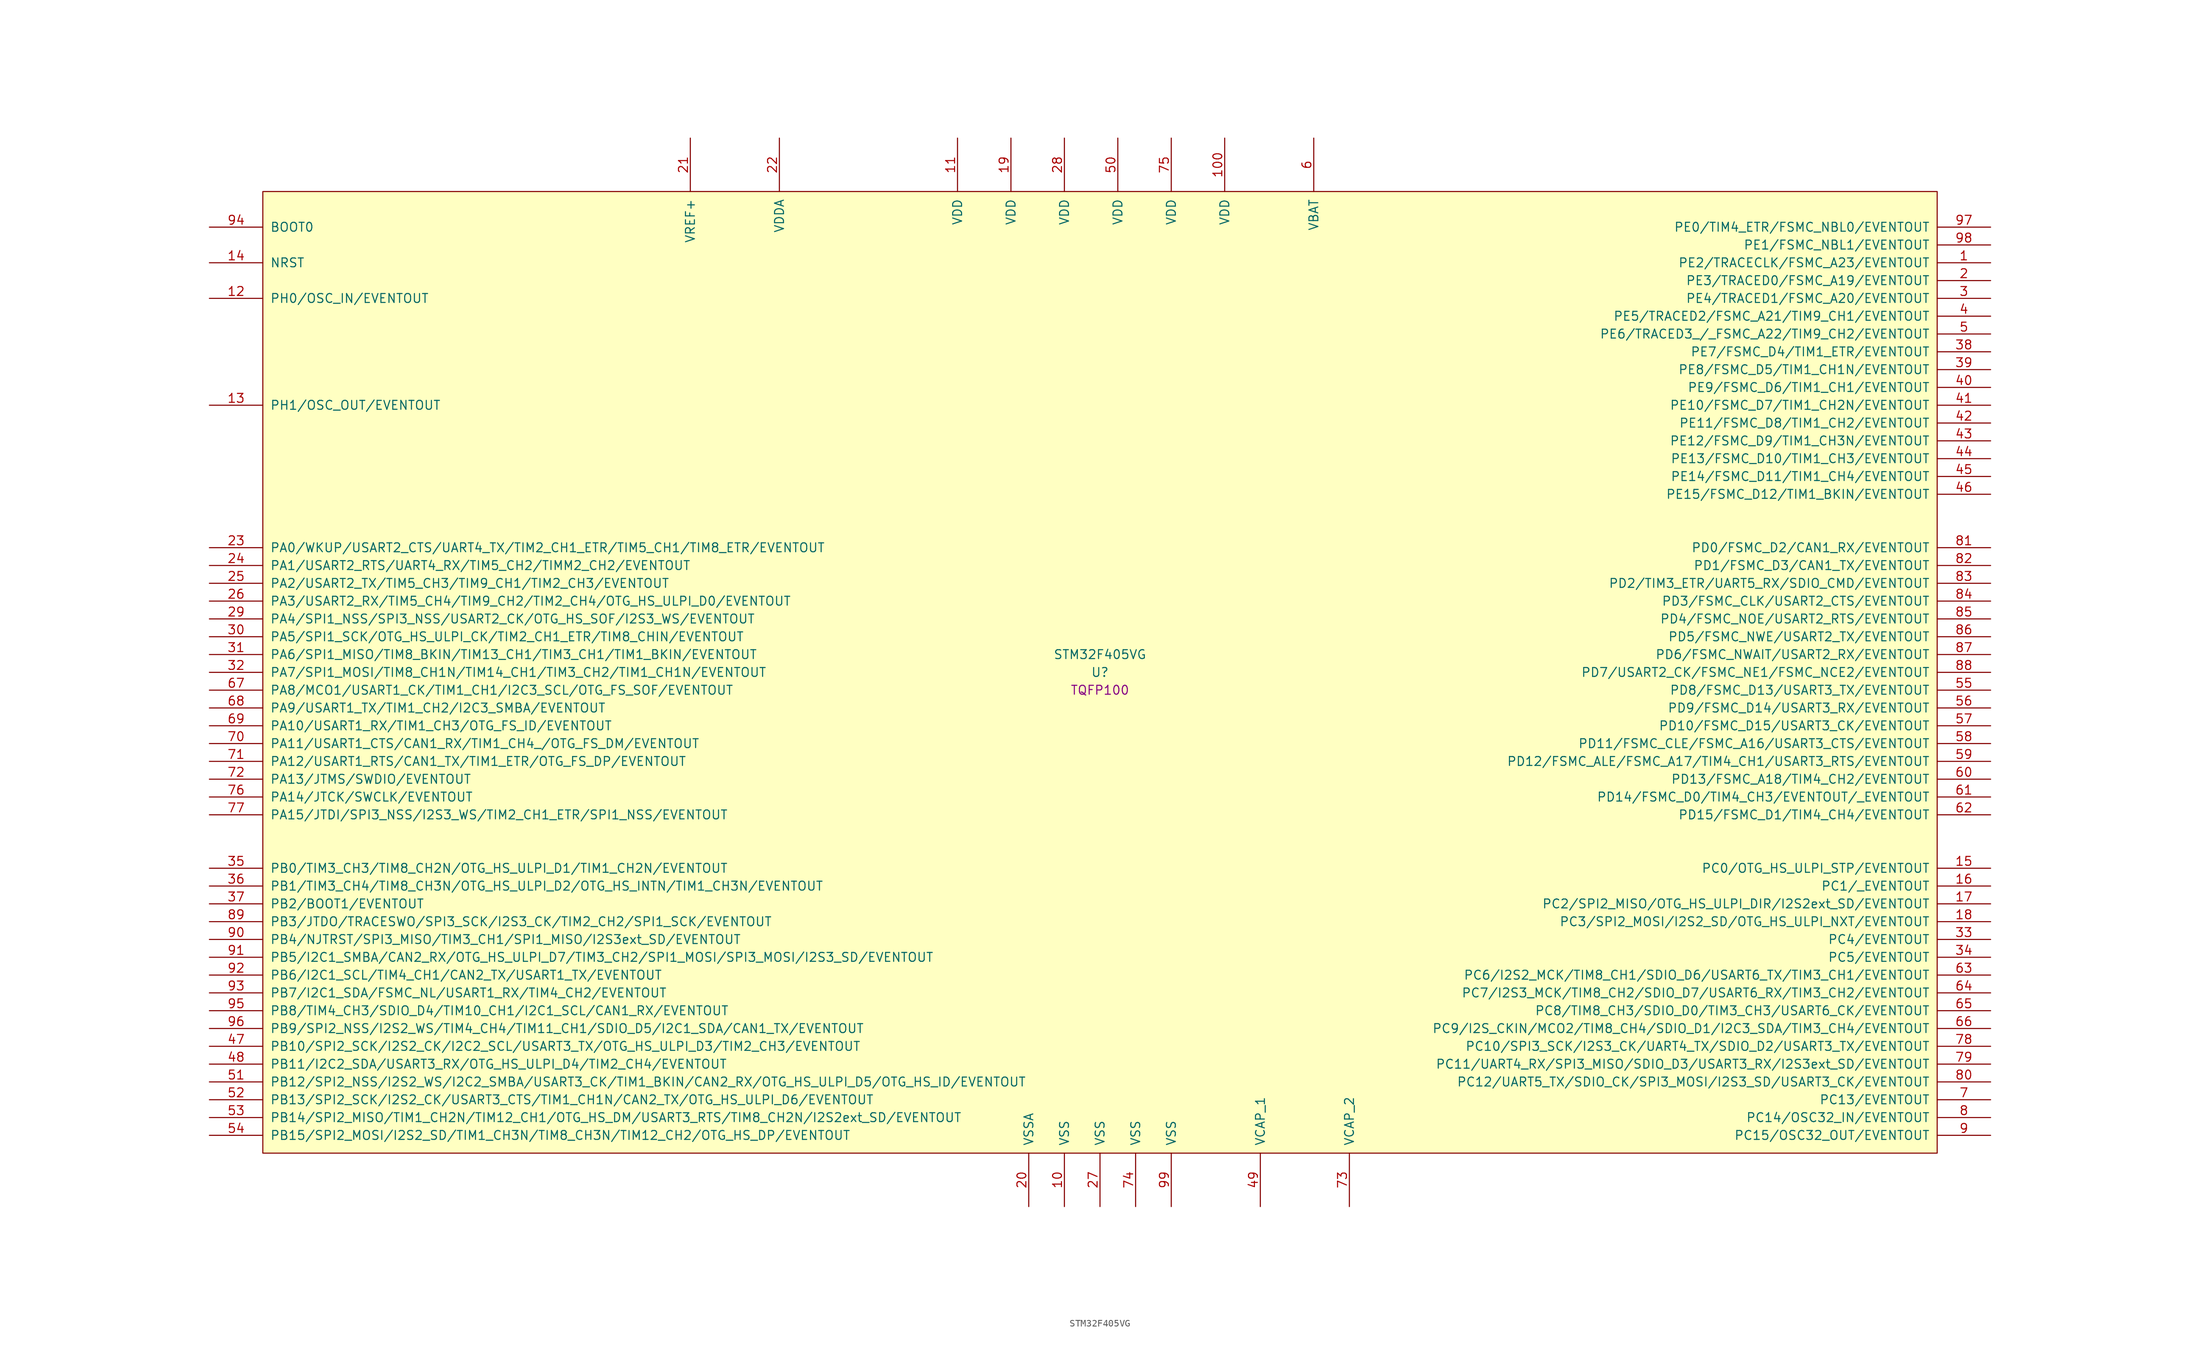
<source format=kicad_sym>
(kicad_symbol_lib
  (version 20211014)
  (generator kicad_symbol_editor)
  (symbol "STM32F405VG"
    (pin_names
      (offset 1.016))
    (property "Reference" "U"
      (at 0 0 0)
      (effects (font (size 1.27 1.27))))
    (property "Value" "STM32F405VG"
      (at 0 2.54 0)
      (effects (font (size 1.27 1.27))))
    (property "Footprint" "TQFP100"
      (at 0 -2.54 0)
      (effects (font (size 1.27 1.27))))
    (property "Datasheet" ""
      (at 0 0 0)
      (effects (font (size 1.27 1.27))))
    (symbol "STM32F405VG_0_1"
      (rectangle (start -119.38 -68.58) (end 119.38 68.58) (stroke (width 0) (type default) (color 0 0 0 0)) (fill (type background))))
    (symbol "STM32F405VG_1_1"
      (pin input line (at 127 58.42 180) (length 7.62) (name "PE2/TRACECLK/FSMC_A23/EVENTOUT" (effects (font (size 1.27 1.27)))) (number "1" (effects (font (size 1.27 1.27)))))
      (pin input line (at -5.08 -76.2 90) (length 7.62) (name "VSS" (effects (font (size 1.27 1.27)))) (number "10" (effects (font (size 1.27 1.27)))))
      (pin input line (at 17.78 76.2 270) (length 7.62) (name "VDD" (effects (font (size 1.27 1.27)))) (number "100" (effects (font (size 1.27 1.27)))))
      (pin input line (at -20.32 76.2 270) (length 7.62) (name "VDD" (effects (font (size 1.27 1.27)))) (number "11" (effects (font (size 1.27 1.27)))))
      (pin input line (at -127 53.34 0) (length 7.62) (name "PH0/OSC_IN/EVENTOUT" (effects (font (size 1.27 1.27)))) (number "12" (effects (font (size 1.27 1.27)))))
      (pin input line (at -127 38.1 0) (length 7.62) (name "PH1/OSC_OUT/EVENTOUT" (effects (font (size 1.27 1.27)))) (number "13" (effects (font (size 1.27 1.27)))))
      (pin input line (at -127 58.42 0) (length 7.62) (name "NRST" (effects (font (size 1.27 1.27)))) (number "14" (effects (font (size 1.27 1.27)))))
      (pin input line (at 127 -27.94 180) (length 7.62) (name "PC0/OTG_HS_ULPI_STP/EVENTOUT" (effects (font (size 1.27 1.27)))) (number "15" (effects (font (size 1.27 1.27)))))
      (pin input line (at 127 -30.48 180) (length 7.62) (name "PC1/_EVENTOUT" (effects (font (size 1.27 1.27)))) (number "16" (effects (font (size 1.27 1.27)))))
      (pin input line (at 127 -33.02 180) (length 7.62) (name "PC2/SPI2_MISO/OTG_HS_ULPI_DIR/I2S2ext_SD/EVENTOUT" (effects (font (size 1.27 1.27)))) (number "17" (effects (font (size 1.27 1.27)))))
      (pin input line (at 127 -35.56 180) (length 7.62) (name "PC3/SPI2_MOSI/I2S2_SD/OTG_HS_ULPI_NXT/EVENTOUT" (effects (font (size 1.27 1.27)))) (number "18" (effects (font (size 1.27 1.27)))))
      (pin input line (at -12.7 76.2 270) (length 7.62) (name "VDD" (effects (font (size 1.27 1.27)))) (number "19" (effects (font (size 1.27 1.27)))))
      (pin input line (at 127 55.88 180) (length 7.62) (name "PE3/TRACED0/FSMC_A19/EVENTOUT" (effects (font (size 1.27 1.27)))) (number "2" (effects (font (size 1.27 1.27)))))
      (pin input line (at -10.16 -76.2 90) (length 7.62) (name "VSSA" (effects (font (size 1.27 1.27)))) (number "20" (effects (font (size 1.27 1.27)))))
      (pin input line (at -58.42 76.2 270) (length 7.62) (name "VREF+" (effects (font (size 1.27 1.27)))) (number "21" (effects (font (size 1.27 1.27)))))
      (pin input line (at -45.72 76.2 270) (length 7.62) (name "VDDA" (effects (font (size 1.27 1.27)))) (number "22" (effects (font (size 1.27 1.27)))))
      (pin input line (at -127 17.78 0) (length 7.62) (name "PA0/WKUP/USART2_CTS/UART4_TX/TIM2_CH1_ETR/TIM5_CH1/TIM8_ETR/EVENTOUT" (effects (font (size 1.27 1.27)))) (number "23" (effects (font (size 1.27 1.27)))))
      (pin input line (at -127 15.24 0) (length 7.62) (name "PA1/USART2_RTS/UART4_RX/TIM5_CH2/TIMM2_CH2/EVENTOUT" (effects (font (size 1.27 1.27)))) (number "24" (effects (font (size 1.27 1.27)))))
      (pin input line (at -127 12.7 0) (length 7.62) (name "PA2/USART2_TX/TIM5_CH3/TIM9_CH1/TIM2_CH3/EVENTOUT" (effects (font (size 1.27 1.27)))) (number "25" (effects (font (size 1.27 1.27)))))
      (pin input line (at -127 10.16 0) (length 7.62) (name "PA3/USART2_RX/TIM5_CH4/TIM9_CH2/TIM2_CH4/OTG_HS_ULPI_D0/EVENTOUT" (effects (font (size 1.27 1.27)))) (number "26" (effects (font (size 1.27 1.27)))))
      (pin input line (at 0 -76.2 90) (length 7.62) (name "VSS" (effects (font (size 1.27 1.27)))) (number "27" (effects (font (size 1.27 1.27)))))
      (pin input line (at -5.08 76.2 270) (length 7.62) (name "VDD" (effects (font (size 1.27 1.27)))) (number "28" (effects (font (size 1.27 1.27)))))
      (pin input line (at -127 7.62 0) (length 7.62) (name "PA4/SPI1_NSS/SPI3_NSS/USART2_CK/OTG_HS_SOF/I2S3_WS/EVENTOUT" (effects (font (size 1.27 1.27)))) (number "29" (effects (font (size 1.27 1.27)))))
      (pin input line (at 127 53.34 180) (length 7.62) (name "PE4/TRACED1/FSMC_A20/EVENTOUT" (effects (font (size 1.27 1.27)))) (number "3" (effects (font (size 1.27 1.27)))))
      (pin input line (at -127 5.08 0) (length 7.62) (name "PA5/SPI1_SCK/OTG_HS_ULPI_CK/TIM2_CH1_ETR/TIM8_CHIN/EVENTOUT" (effects (font (size 1.27 1.27)))) (number "30" (effects (font (size 1.27 1.27)))))
      (pin input line (at -127 2.54 0) (length 7.62) (name "PA6/SPI1_MISO/TIM8_BKIN/TIM13_CH1/TIM3_CH1/TIM1_BKIN/EVENTOUT" (effects (font (size 1.27 1.27)))) (number "31" (effects (font (size 1.27 1.27)))))
      (pin input line (at -127 0 0) (length 7.62) (name "PA7/SPI1_MOSI/TIM8_CH1N/TIM14_CH1/TIM3_CH2/TIM1_CH1N/EVENTOUT" (effects (font (size 1.27 1.27)))) (number "32" (effects (font (size 1.27 1.27)))))
      (pin input line (at 127 -38.1 180) (length 7.62) (name "PC4/EVENTOUT" (effects (font (size 1.27 1.27)))) (number "33" (effects (font (size 1.27 1.27)))))
      (pin input line (at 127 -40.64 180) (length 7.62) (name "PC5/EVENTOUT" (effects (font (size 1.27 1.27)))) (number "34" (effects (font (size 1.27 1.27)))))
      (pin input line (at -127 -27.94 0) (length 7.62) (name "PB0/TIM3_CH3/TIM8_CH2N/OTG_HS_ULPI_D1/TIM1_CH2N/EVENTOUT" (effects (font (size 1.27 1.27)))) (number "35" (effects (font (size 1.27 1.27)))))
      (pin input line (at -127 -30.48 0) (length 7.62) (name "PB1/TIM3_CH4/TIM8_CH3N/OTG_HS_ULPI_D2/OTG_HS_INTN/TIM1_CH3N/EVENTOUT" (effects (font (size 1.27 1.27)))) (number "36" (effects (font (size 1.27 1.27)))))
      (pin input line (at -127 -33.02 0) (length 7.62) (name "PB2/BOOT1/EVENTOUT" (effects (font (size 1.27 1.27)))) (number "37" (effects (font (size 1.27 1.27)))))
      (pin input line (at 127 45.72 180) (length 7.62) (name "PE7/FSMC_D4/TIM1_ETR/EVENTOUT" (effects (font (size 1.27 1.27)))) (number "38" (effects (font (size 1.27 1.27)))))
      (pin input line (at 127 43.18 180) (length 7.62) (name "PE8/FSMC_D5/TIM1_CH1N/EVENTOUT" (effects (font (size 1.27 1.27)))) (number "39" (effects (font (size 1.27 1.27)))))
      (pin input line (at 127 50.8 180) (length 7.62) (name "PE5/TRACED2/FSMC_A21/TIM9_CH1/EVENTOUT" (effects (font (size 1.27 1.27)))) (number "4" (effects (font (size 1.27 1.27)))))
      (pin input line (at 127 40.64 180) (length 7.62) (name "PE9/FSMC_D6/TIM1_CH1/EVENTOUT" (effects (font (size 1.27 1.27)))) (number "40" (effects (font (size 1.27 1.27)))))
      (pin input line (at 127 38.1 180) (length 7.62) (name "PE10/FSMC_D7/TIM1_CH2N/EVENTOUT" (effects (font (size 1.27 1.27)))) (number "41" (effects (font (size 1.27 1.27)))))
      (pin input line (at 127 35.56 180) (length 7.62) (name "PE11/FSMC_D8/TIM1_CH2/EVENTOUT" (effects (font (size 1.27 1.27)))) (number "42" (effects (font (size 1.27 1.27)))))
      (pin input line (at 127 33.02 180) (length 7.62) (name "PE12/FSMC_D9/TIM1_CH3N/EVENTOUT" (effects (font (size 1.27 1.27)))) (number "43" (effects (font (size 1.27 1.27)))))
      (pin input line (at 127 30.48 180) (length 7.62) (name "PE13/FSMC_D10/TIM1_CH3/EVENTOUT" (effects (font (size 1.27 1.27)))) (number "44" (effects (font (size 1.27 1.27)))))
      (pin input line (at 127 27.94 180) (length 7.62) (name "PE14/FSMC_D11/TIM1_CH4/EVENTOUT" (effects (font (size 1.27 1.27)))) (number "45" (effects (font (size 1.27 1.27)))))
      (pin input line (at 127 25.4 180) (length 7.62) (name "PE15/FSMC_D12/TIM1_BKIN/EVENTOUT" (effects (font (size 1.27 1.27)))) (number "46" (effects (font (size 1.27 1.27)))))
      (pin input line (at -127 -53.34 0) (length 7.62) (name "PB10/SPI2_SCK/I2S2_CK/I2C2_SCL/USART3_TX/OTG_HS_ULPI_D3/TIM2_CH3/EVENTOUT" (effects (font (size 1.27 1.27)))) (number "47" (effects (font (size 1.27 1.27)))))
      (pin input line (at -127 -55.88 0) (length 7.62) (name "PB11/I2C2_SDA/USART3_RX/OTG_HS_ULPI_D4/TIM2_CH4/EVENTOUT" (effects (font (size 1.27 1.27)))) (number "48" (effects (font (size 1.27 1.27)))))
      (pin input line (at 22.86 -76.2 90) (length 7.62) (name "VCAP_1" (effects (font (size 1.27 1.27)))) (number "49" (effects (font (size 1.27 1.27)))))
      (pin input line (at 127 48.26 180) (length 7.62) (name "PE6/TRACED3_/_FSMC_A22/TIM9_CH2/EVENTOUT" (effects (font (size 1.27 1.27)))) (number "5" (effects (font (size 1.27 1.27)))))
      (pin input line (at 2.54 76.2 270) (length 7.62) (name "VDD" (effects (font (size 1.27 1.27)))) (number "50" (effects (font (size 1.27 1.27)))))
      (pin input line (at -127 -58.42 0) (length 7.62) (name "PB12/SPI2_NSS/I2S2_WS/I2C2_SMBA/USART3_CK/TIM1_BKIN/CAN2_RX/OTG_HS_ULPI_D5/OTG_HS_ID/EVENTOUT" (effects (font (size 1.27 1.27)))) (number "51" (effects (font (size 1.27 1.27)))))
      (pin input line (at -127 -60.96 0) (length 7.62) (name "PB13/SPI2_SCK/I2S2_CK/USART3_CTS/TIM1_CH1N/CAN2_TX/OTG_HS_ULPI_D6/EVENTOUT" (effects (font (size 1.27 1.27)))) (number "52" (effects (font (size 1.27 1.27)))))
      (pin input line (at -127 -63.5 0) (length 7.62) (name "PB14/SPI2_MISO/TIM1_CH2N/TIM12_CH1/OTG_HS_DM/USART3_RTS/TIM8_CH2N/I2S2ext_SD/EVENTOUT" (effects (font (size 1.27 1.27)))) (number "53" (effects (font (size 1.27 1.27)))))
      (pin input line (at -127 -66.04 0) (length 7.62) (name "PB15/SPI2_MOSI/I2S2_SD/TIM1_CH3N/TIM8_CH3N/TIM12_CH2/OTG_HS_DP/EVENTOUT" (effects (font (size 1.27 1.27)))) (number "54" (effects (font (size 1.27 1.27)))))
      (pin input line (at 127 -2.54 180) (length 7.62) (name "PD8/FSMC_D13/USART3_TX/EVENTOUT" (effects (font (size 1.27 1.27)))) (number "55" (effects (font (size 1.27 1.27)))))
      (pin input line (at 127 -5.08 180) (length 7.62) (name "PD9/FSMC_D14/USART3_RX/EVENTOUT" (effects (font (size 1.27 1.27)))) (number "56" (effects (font (size 1.27 1.27)))))
      (pin input line (at 127 -7.62 180) (length 7.62) (name "PD10/FSMC_D15/USART3_CK/EVENTOUT" (effects (font (size 1.27 1.27)))) (number "57" (effects (font (size 1.27 1.27)))))
      (pin input line (at 127 -10.16 180) (length 7.62) (name "PD11/FSMC_CLE/FSMC_A16/USART3_CTS/EVENTOUT" (effects (font (size 1.27 1.27)))) (number "58" (effects (font (size 1.27 1.27)))))
      (pin input line (at 127 -12.7 180) (length 7.62) (name "PD12/FSMC_ALE/FSMC_A17/TIM4_CH1/USART3_RTS/EVENTOUT" (effects (font (size 1.27 1.27)))) (number "59" (effects (font (size 1.27 1.27)))))
      (pin input line (at 30.48 76.2 270) (length 7.62) (name "VBAT" (effects (font (size 1.27 1.27)))) (number "6" (effects (font (size 1.27 1.27)))))
      (pin input line (at 127 -15.24 180) (length 7.62) (name "PD13/FSMC_A18/TIM4_CH2/EVENTOUT" (effects (font (size 1.27 1.27)))) (number "60" (effects (font (size 1.27 1.27)))))
      (pin input line (at 127 -17.78 180) (length 7.62) (name "PD14/FSMC_D0/TIM4_CH3/EVENTOUT/_EVENTOUT" (effects (font (size 1.27 1.27)))) (number "61" (effects (font (size 1.27 1.27)))))
      (pin input line (at 127 -20.32 180) (length 7.62) (name "PD15/FSMC_D1/TIM4_CH4/EVENTOUT" (effects (font (size 1.27 1.27)))) (number "62" (effects (font (size 1.27 1.27)))))
      (pin input line (at 127 -43.18 180) (length 7.62) (name "PC6/I2S2_MCK/TIM8_CH1/SDIO_D6/USART6_TX/TIM3_CH1/EVENTOUT" (effects (font (size 1.27 1.27)))) (number "63" (effects (font (size 1.27 1.27)))))
      (pin input line (at 127 -45.72 180) (length 7.62) (name "PC7/I2S3_MCK/TIM8_CH2/SDIO_D7/USART6_RX/TIM3_CH2/EVENTOUT" (effects (font (size 1.27 1.27)))) (number "64" (effects (font (size 1.27 1.27)))))
      (pin input line (at 127 -48.26 180) (length 7.62) (name "PC8/TIM8_CH3/SDIO_D0/TIM3_CH3/USART6_CK/EVENTOUT" (effects (font (size 1.27 1.27)))) (number "65" (effects (font (size 1.27 1.27)))))
      (pin input line (at 127 -50.8 180) (length 7.62) (name "PC9/I2S_CKIN/MCO2/TIM8_CH4/SDIO_D1/I2C3_SDA/TIM3_CH4/EVENTOUT" (effects (font (size 1.27 1.27)))) (number "66" (effects (font (size 1.27 1.27)))))
      (pin input line (at -127 -2.54 0) (length 7.62) (name "PA8/MCO1/USART1_CK/TIM1_CH1/I2C3_SCL/OTG_FS_SOF/EVENTOUT" (effects (font (size 1.27 1.27)))) (number "67" (effects (font (size 1.27 1.27)))))
      (pin input line (at -127 -5.08 0) (length 7.62) (name "PA9/USART1_TX/TIM1_CH2/I2C3_SMBA/EVENTOUT" (effects (font (size 1.27 1.27)))) (number "68" (effects (font (size 1.27 1.27)))))
      (pin input line (at -127 -7.62 0) (length 7.62) (name "PA10/USART1_RX/TIM1_CH3/OTG_FS_ID/EVENTOUT" (effects (font (size 1.27 1.27)))) (number "69" (effects (font (size 1.27 1.27)))))
      (pin input line (at 127 -60.96 180) (length 7.62) (name "PC13/EVENTOUT" (effects (font (size 1.27 1.27)))) (number "7" (effects (font (size 1.27 1.27)))))
      (pin input line (at -127 -10.16 0) (length 7.62) (name "PA11/USART1_CTS/CAN1_RX/TIM1_CH4_/OTG_FS_DM/EVENTOUT" (effects (font (size 1.27 1.27)))) (number "70" (effects (font (size 1.27 1.27)))))
      (pin input line (at -127 -12.7 0) (length 7.62) (name "PA12/USART1_RTS/CAN1_TX/TIM1_ETR/OTG_FS_DP/EVENTOUT" (effects (font (size 1.27 1.27)))) (number "71" (effects (font (size 1.27 1.27)))))
      (pin input line (at -127 -15.24 0) (length 7.62) (name "PA13/JTMS/SWDIO/EVENTOUT" (effects (font (size 1.27 1.27)))) (number "72" (effects (font (size 1.27 1.27)))))
      (pin input line (at 35.56 -76.2 90) (length 7.62) (name "VCAP_2" (effects (font (size 1.27 1.27)))) (number "73" (effects (font (size 1.27 1.27)))))
      (pin input line (at 5.08 -76.2 90) (length 7.62) (name "VSS" (effects (font (size 1.27 1.27)))) (number "74" (effects (font (size 1.27 1.27)))))
      (pin input line (at 10.16 76.2 270) (length 7.62) (name "VDD" (effects (font (size 1.27 1.27)))) (number "75" (effects (font (size 1.27 1.27)))))
      (pin input line (at -127 -17.78 0) (length 7.62) (name "PA14/JTCK/SWCLK/EVENTOUT" (effects (font (size 1.27 1.27)))) (number "76" (effects (font (size 1.27 1.27)))))
      (pin input line (at -127 -20.32 0) (length 7.62) (name "PA15/JTDI/SPI3_NSS/I2S3_WS/TIM2_CH1_ETR/SPI1_NSS/EVENTOUT" (effects (font (size 1.27 1.27)))) (number "77" (effects (font (size 1.27 1.27)))))
      (pin input line (at 127 -53.34 180) (length 7.62) (name "PC10/SPI3_SCK/I2S3_CK/UART4_TX/SDIO_D2/USART3_TX/EVENTOUT" (effects (font (size 1.27 1.27)))) (number "78" (effects (font (size 1.27 1.27)))))
      (pin input line (at 127 -55.88 180) (length 7.62) (name "PC11/UART4_RX/SPI3_MISO/SDIO_D3/USART3_RX/I2S3ext_SD/EVENTOUT" (effects (font (size 1.27 1.27)))) (number "79" (effects (font (size 1.27 1.27)))))
      (pin input line (at 127 -63.5 180) (length 7.62) (name "PC14/OSC32_IN/EVENTOUT" (effects (font (size 1.27 1.27)))) (number "8" (effects (font (size 1.27 1.27)))))
      (pin input line (at 127 -58.42 180) (length 7.62) (name "PC12/UART5_TX/SDIO_CK/SPI3_MOSI/I2S3_SD/USART3_CK/EVENTOUT" (effects (font (size 1.27 1.27)))) (number "80" (effects (font (size 1.27 1.27)))))
      (pin input line (at 127 17.78 180) (length 7.62) (name "PD0/FSMC_D2/CAN1_RX/EVENTOUT" (effects (font (size 1.27 1.27)))) (number "81" (effects (font (size 1.27 1.27)))))
      (pin input line (at 127 15.24 180) (length 7.62) (name "PD1/FSMC_D3/CAN1_TX/EVENTOUT" (effects (font (size 1.27 1.27)))) (number "82" (effects (font (size 1.27 1.27)))))
      (pin input line (at 127 12.7 180) (length 7.62) (name "PD2/TIM3_ETR/UART5_RX/SDIO_CMD/EVENTOUT" (effects (font (size 1.27 1.27)))) (number "83" (effects (font (size 1.27 1.27)))))
      (pin input line (at 127 10.16 180) (length 7.62) (name "PD3/FSMC_CLK/USART2_CTS/EVENTOUT" (effects (font (size 1.27 1.27)))) (number "84" (effects (font (size 1.27 1.27)))))
      (pin input line (at 127 7.62 180) (length 7.62) (name "PD4/FSMC_NOE/USART2_RTS/EVENTOUT" (effects (font (size 1.27 1.27)))) (number "85" (effects (font (size 1.27 1.27)))))
      (pin input line (at 127 5.08 180) (length 7.62) (name "PD5/FSMC_NWE/USART2_TX/EVENTOUT" (effects (font (size 1.27 1.27)))) (number "86" (effects (font (size 1.27 1.27)))))
      (pin input line (at 127 2.54 180) (length 7.62) (name "PD6/FSMC_NWAIT/USART2_RX/EVENTOUT" (effects (font (size 1.27 1.27)))) (number "87" (effects (font (size 1.27 1.27)))))
      (pin input line (at 127 0 180) (length 7.62) (name "PD7/USART2_CK/FSMC_NE1/FSMC_NCE2/EVENTOUT" (effects (font (size 1.27 1.27)))) (number "88" (effects (font (size 1.27 1.27)))))
      (pin input line (at -127 -35.56 0) (length 7.62) (name "PB3/JTDO/TRACESWO/SPI3_SCK/I2S3_CK/TIM2_CH2/SPI1_SCK/EVENTOUT" (effects (font (size 1.27 1.27)))) (number "89" (effects (font (size 1.27 1.27)))))
      (pin input line (at 127 -66.04 180) (length 7.62) (name "PC15/OSC32_OUT/EVENTOUT" (effects (font (size 1.27 1.27)))) (number "9" (effects (font (size 1.27 1.27)))))
      (pin input line (at -127 -38.1 0) (length 7.62) (name "PB4/NJTRST/SPI3_MISO/TIM3_CH1/SPI1_MISO/I2S3ext_SD/EVENTOUT" (effects (font (size 1.27 1.27)))) (number "90" (effects (font (size 1.27 1.27)))))
      (pin input line (at -127 -40.64 0) (length 7.62) (name "PB5/I2C1_SMBA/CAN2_RX/OTG_HS_ULPI_D7/TIM3_CH2/SPI1_MOSI/SPI3_MOSI/I2S3_SD/EVENTOUT" (effects (font (size 1.27 1.27)))) (number "91" (effects (font (size 1.27 1.27)))))
      (pin input line (at -127 -43.18 0) (length 7.62) (name "PB6/I2C1_SCL/TIM4_CH1/CAN2_TX/USART1_TX/EVENTOUT" (effects (font (size 1.27 1.27)))) (number "92" (effects (font (size 1.27 1.27)))))
      (pin input line (at -127 -45.72 0) (length 7.62) (name "PB7/I2C1_SDA/FSMC_NL/USART1_RX/TIM4_CH2/EVENTOUT" (effects (font (size 1.27 1.27)))) (number "93" (effects (font (size 1.27 1.27)))))
      (pin input line (at -127 63.5 0) (length 7.62) (name "BOOT0" (effects (font (size 1.27 1.27)))) (number "94" (effects (font (size 1.27 1.27)))))
      (pin input line (at -127 -48.26 0) (length 7.62) (name "PB8/TIM4_CH3/SDIO_D4/TIM10_CH1/I2C1_SCL/CAN1_RX/EVENTOUT" (effects (font (size 1.27 1.27)))) (number "95" (effects (font (size 1.27 1.27)))))
      (pin input line (at -127 -50.8 0) (length 7.62) (name "PB9/SPI2_NSS/I2S2_WS/TIM4_CH4/TIM11_CH1/SDIO_D5/I2C1_SDA/CAN1_TX/EVENTOUT" (effects (font (size 1.27 1.27)))) (number "96" (effects (font (size 1.27 1.27)))))
      (pin input line (at 127 63.5 180) (length 7.62) (name "PE0/TIM4_ETR/FSMC_NBL0/EVENTOUT" (effects (font (size 1.27 1.27)))) (number "97" (effects (font (size 1.27 1.27)))))
      (pin input line (at 127 60.96 180) (length 7.62) (name "PE1/FSMC_NBL1/EVENTOUT" (effects (font (size 1.27 1.27)))) (number "98" (effects (font (size 1.27 1.27)))))
      (pin input line (at 10.16 -76.2 90) (length 7.62) (name "VSS" (effects (font (size 1.27 1.27)))) (number "99" (effects (font (size 1.27 1.27))))))))
</source>
